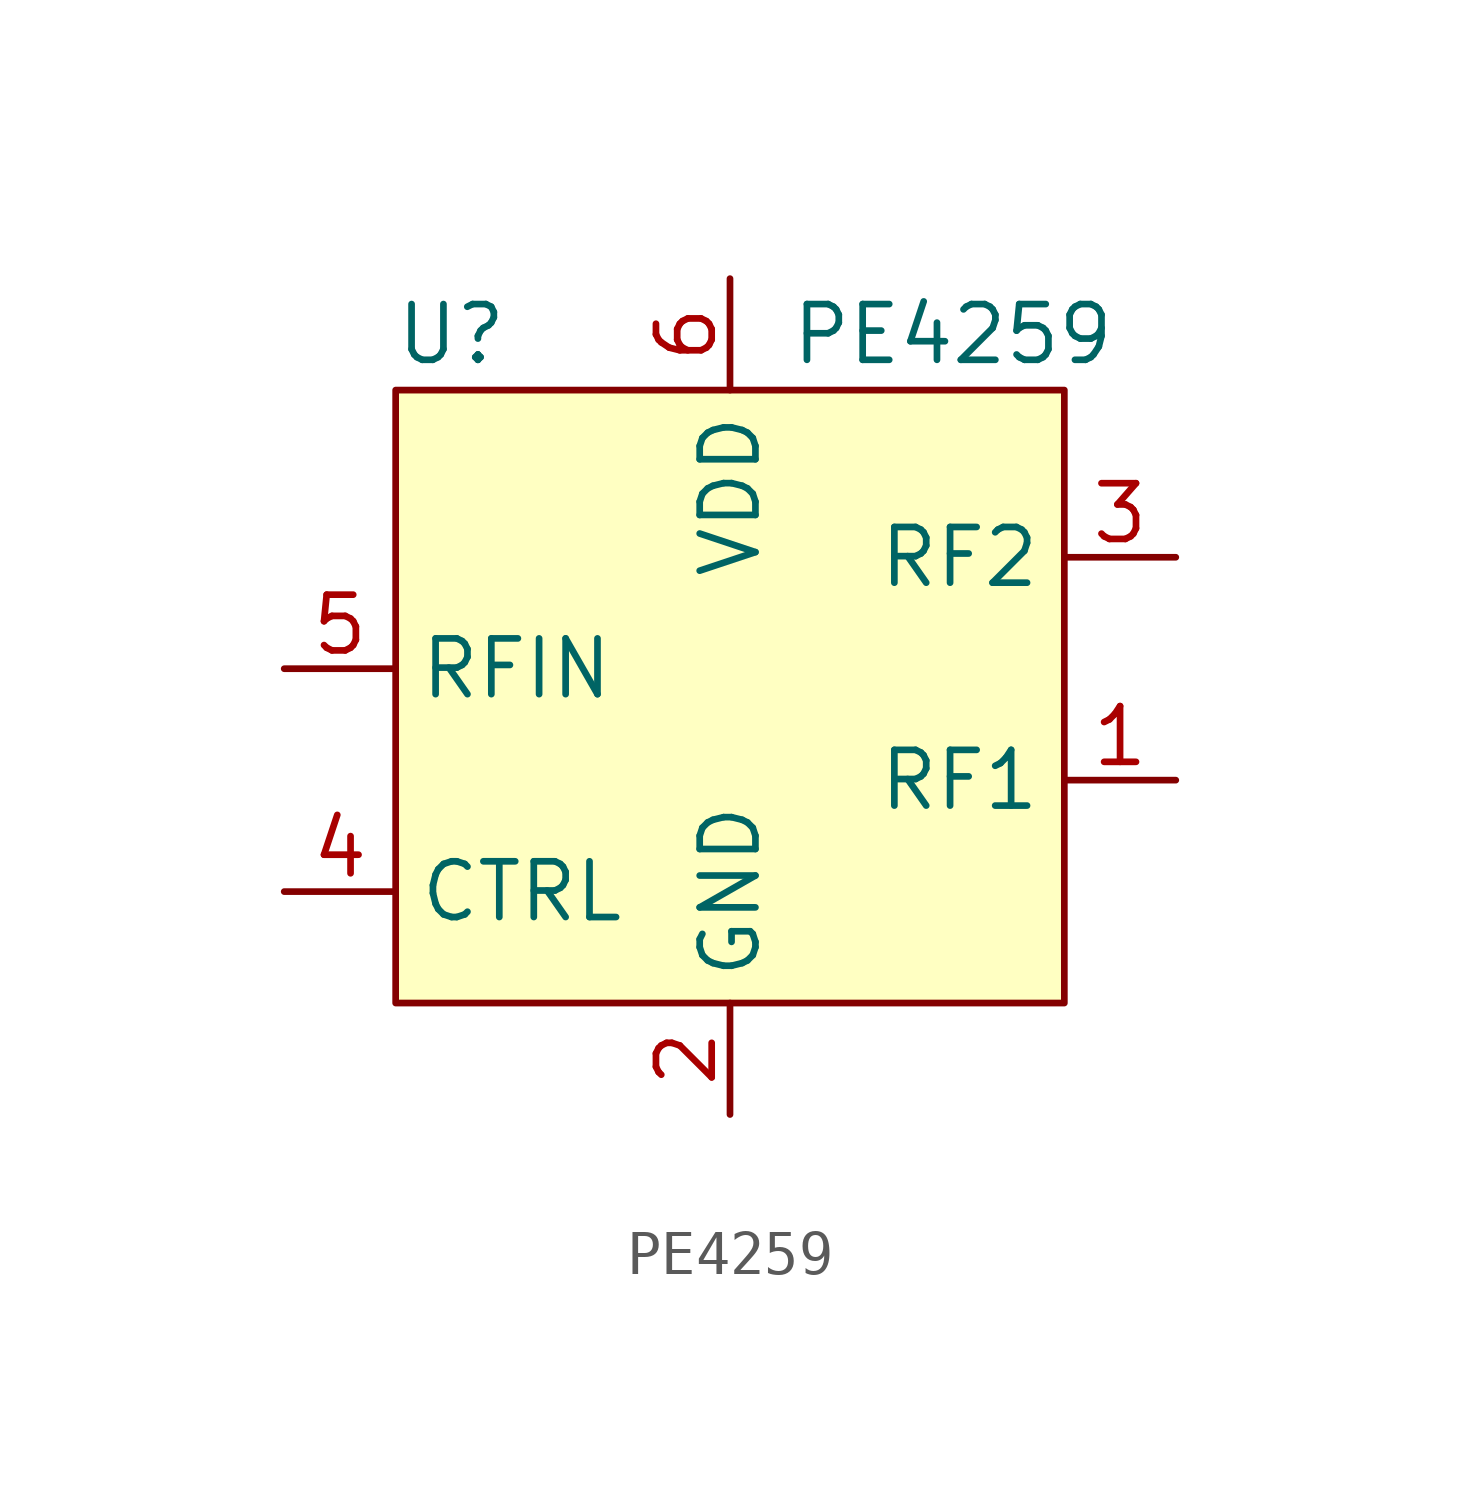
<source format=kicad_sym>
(kicad_symbol_lib
  (version 20211014)
  (generator kicad_symbol_editor)
  (symbol "PE4259"
    (property "Reference" "U"
      (at -6.35 7.62 0)
      (effects (font (size 1.27 1.27))))
    (property "Value" "PE4259"
      (at 5.08 7.62 0)
      (effects (font (size 1.27 1.27))))
    (symbol "PE4259_0_1"
      (rectangle (start -7.62 6.35) (end 7.62 -7.62) (stroke (width 0) (type default) (color 0 0 0 0)) (fill (type background))))
    (symbol "PE4259_1_1"
      (pin input line (at 10.16 -2.54 180) (length 2.54) (name "RF1" (effects (font (size 1.27 1.27)))) (number "1" (effects (font (size 1.27 1.27)))))
      (pin input line (at 0 -10.16 90) (length 2.54) (name "GND" (effects (font (size 1.27 1.27)))) (number "2" (effects (font (size 1.27 1.27)))))
      (pin input line (at 10.16 2.54 180) (length 2.54) (name "RF2" (effects (font (size 1.27 1.27)))) (number "3" (effects (font (size 1.27 1.27)))))
      (pin input line (at -10.16 -5.08 0) (length 2.54) (name "CTRL" (effects (font (size 1.27 1.27)))) (number "4" (effects (font (size 1.27 1.27)))))
      (pin input line (at -10.16 0 0) (length 2.54) (name "RFIN" (effects (font (size 1.27 1.27)))) (number "5" (effects (font (size 1.27 1.27)))))
      (pin input line (at 0 8.89 270) (length 2.54) (name "VDD" (effects (font (size 1.27 1.27)))) (number "6" (effects (font (size 1.27 1.27))))))))
</source>
